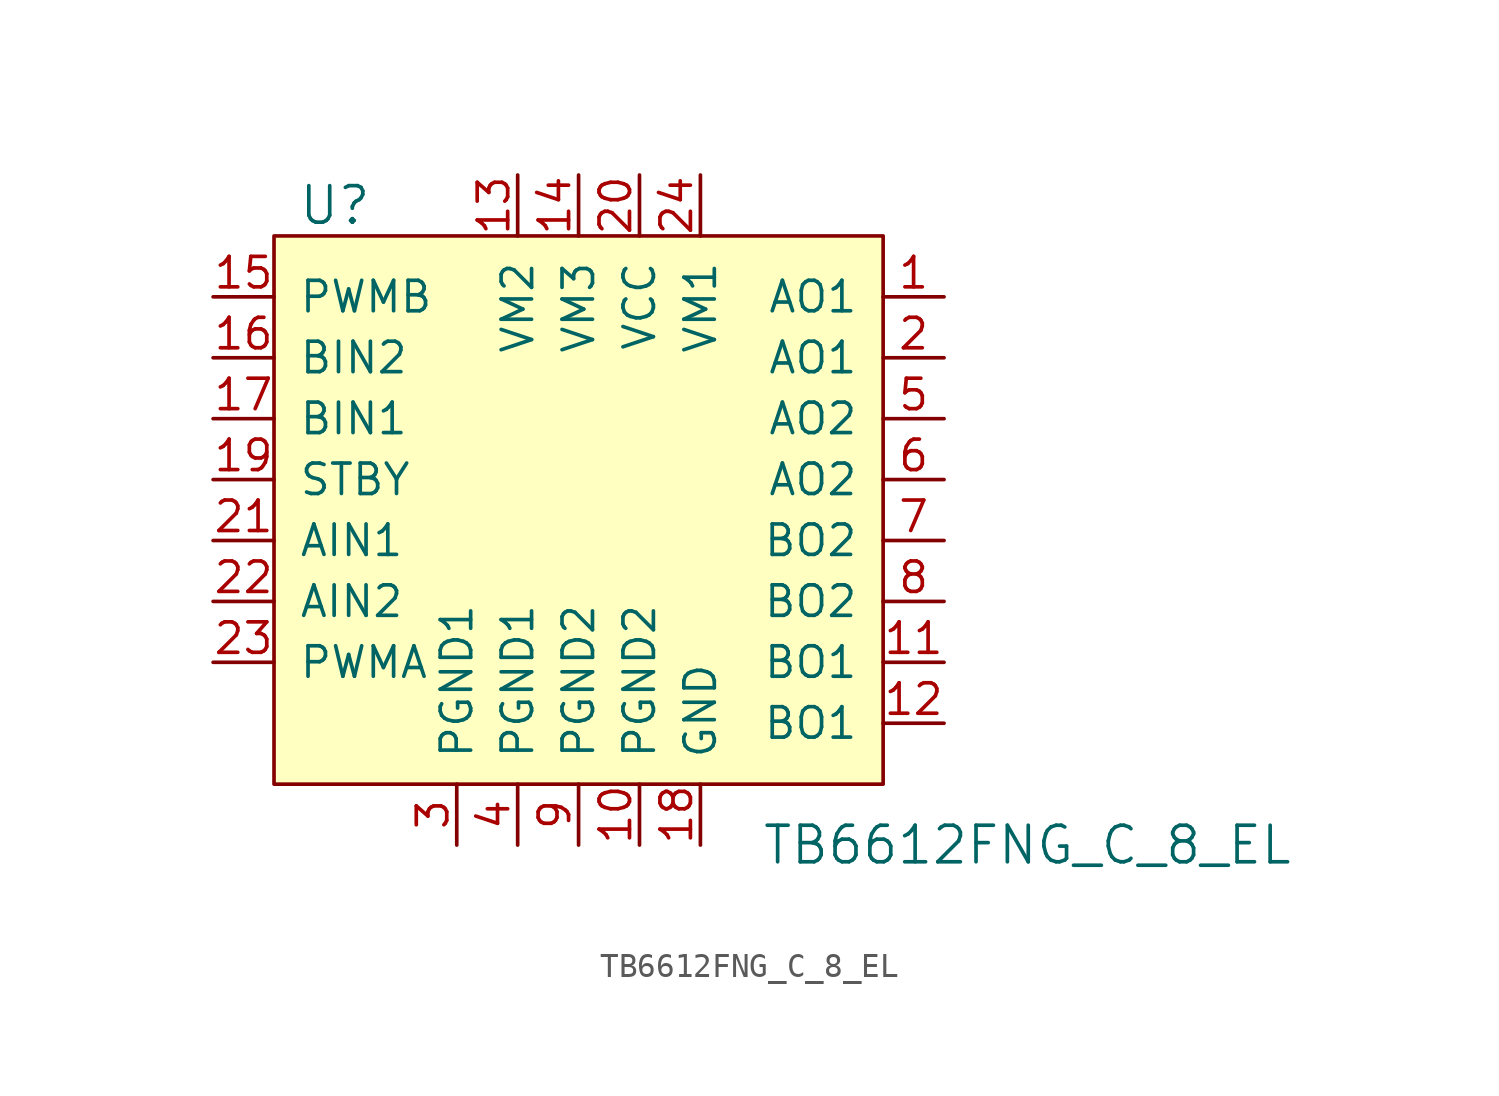
<source format=kicad_sym>
(kicad_symbol_lib
  (version 20220914)
  (generator kicad_symbol_editor)
  (symbol "TB6612FNG_C_8_EL"
    (pin_names
      (offset 1.016))
    (property "Reference" "U"
      (at -12.7 11.43 0)
      (effects (font (size 1.524 1.524))))
    (property "Value" "TB6612FNG_C_8_EL"
      (at 5.08 -15.24 0)
      (effects (font (size 1.524 1.524)) (justify left)))
    (symbol "TB6612FNG_C_8_EL_0_1"
      (rectangle (start -15.24 10.16) (end 10.16 -12.7) (stroke (width 0) (type solid)) (fill (type background))))
    (symbol "TB6612FNG_C_8_EL_1_1"
      (pin output line (at 12.7 7.62 180) (length 2.54) (name "AO1" (effects (font (size 1.27 1.27)))) (number "1" (effects (font (size 1.27 1.27)))))
      (pin power_in line (at 0 -15.24 90) (length 2.54) (name "PGND2" (effects (font (size 1.27 1.27)))) (number "10" (effects (font (size 1.27 1.27)))))
      (pin output line (at 12.7 -7.62 180) (length 2.54) (name "BO1" (effects (font (size 1.27 1.27)))) (number "11" (effects (font (size 1.27 1.27)))))
      (pin output line (at 12.7 -10.16 180) (length 2.54) (name "BO1" (effects (font (size 1.27 1.27)))) (number "12" (effects (font (size 1.27 1.27)))))
      (pin power_in line (at -5.08 12.7 270) (length 2.54) (name "VM2" (effects (font (size 1.27 1.27)))) (number "13" (effects (font (size 1.27 1.27)))))
      (pin power_in line (at -2.54 12.7 270) (length 2.54) (name "VM3" (effects (font (size 1.27 1.27)))) (number "14" (effects (font (size 1.27 1.27)))))
      (pin input line (at -17.78 7.62 0) (length 2.54) (name "PWMB" (effects (font (size 1.27 1.27)))) (number "15" (effects (font (size 1.27 1.27)))))
      (pin input line (at -17.78 5.08 0) (length 2.54) (name "BIN2" (effects (font (size 1.27 1.27)))) (number "16" (effects (font (size 1.27 1.27)))))
      (pin input line (at -17.78 2.54 0) (length 2.54) (name "BIN1" (effects (font (size 1.27 1.27)))) (number "17" (effects (font (size 1.27 1.27)))))
      (pin power_in line (at 2.54 -15.24 90) (length 2.54) (name "GND" (effects (font (size 1.27 1.27)))) (number "18" (effects (font (size 1.27 1.27)))))
      (pin input line (at -17.78 0 0) (length 2.54) (name "STBY" (effects (font (size 1.27 1.27)))) (number "19" (effects (font (size 1.27 1.27)))))
      (pin output line (at 12.7 5.08 180) (length 2.54) (name "AO1" (effects (font (size 1.27 1.27)))) (number "2" (effects (font (size 1.27 1.27)))))
      (pin power_in line (at 0 12.7 270) (length 2.54) (name "VCC" (effects (font (size 1.27 1.27)))) (number "20" (effects (font (size 1.27 1.27)))))
      (pin input line (at -17.78 -2.54 0) (length 2.54) (name "AIN1" (effects (font (size 1.27 1.27)))) (number "21" (effects (font (size 1.27 1.27)))))
      (pin input line (at -17.78 -5.08 0) (length 2.54) (name "AIN2" (effects (font (size 1.27 1.27)))) (number "22" (effects (font (size 1.27 1.27)))))
      (pin input line (at -17.78 -7.62 0) (length 2.54) (name "PWMA" (effects (font (size 1.27 1.27)))) (number "23" (effects (font (size 1.27 1.27)))))
      (pin power_in line (at 2.54 12.7 270) (length 2.54) (name "VM1" (effects (font (size 1.27 1.27)))) (number "24" (effects (font (size 1.27 1.27)))))
      (pin power_in line (at -7.62 -15.24 90) (length 2.54) (name "PGND1" (effects (font (size 1.27 1.27)))) (number "3" (effects (font (size 1.27 1.27)))))
      (pin power_in line (at -5.08 -15.24 90) (length 2.54) (name "PGND1" (effects (font (size 1.27 1.27)))) (number "4" (effects (font (size 1.27 1.27)))))
      (pin output line (at 12.7 2.54 180) (length 2.54) (name "AO2" (effects (font (size 1.27 1.27)))) (number "5" (effects (font (size 1.27 1.27)))))
      (pin output line (at 12.7 0 180) (length 2.54) (name "AO2" (effects (font (size 1.27 1.27)))) (number "6" (effects (font (size 1.27 1.27)))))
      (pin output line (at 12.7 -2.54 180) (length 2.54) (name "BO2" (effects (font (size 1.27 1.27)))) (number "7" (effects (font (size 1.27 1.27)))))
      (pin output line (at 12.7 -5.08 180) (length 2.54) (name "BO2" (effects (font (size 1.27 1.27)))) (number "8" (effects (font (size 1.27 1.27)))))
      (pin power_in line (at -2.54 -15.24 90) (length 2.54) (name "PGND2" (effects (font (size 1.27 1.27)))) (number "9" (effects (font (size 1.27 1.27))))))))
</source>
